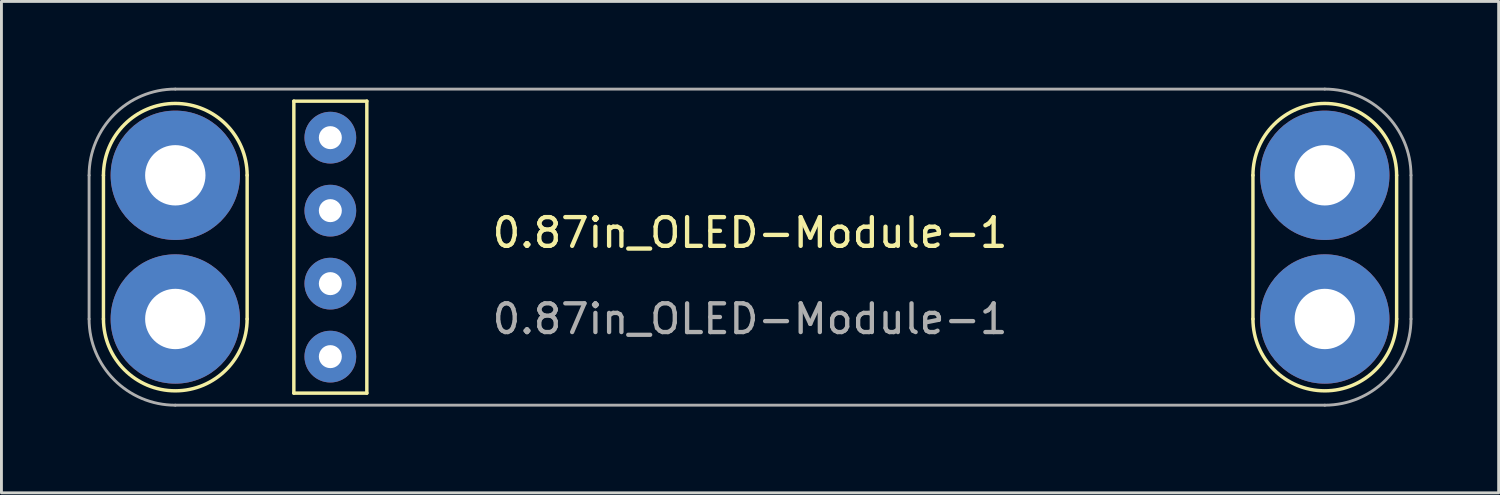
<source format=kicad_pcb>
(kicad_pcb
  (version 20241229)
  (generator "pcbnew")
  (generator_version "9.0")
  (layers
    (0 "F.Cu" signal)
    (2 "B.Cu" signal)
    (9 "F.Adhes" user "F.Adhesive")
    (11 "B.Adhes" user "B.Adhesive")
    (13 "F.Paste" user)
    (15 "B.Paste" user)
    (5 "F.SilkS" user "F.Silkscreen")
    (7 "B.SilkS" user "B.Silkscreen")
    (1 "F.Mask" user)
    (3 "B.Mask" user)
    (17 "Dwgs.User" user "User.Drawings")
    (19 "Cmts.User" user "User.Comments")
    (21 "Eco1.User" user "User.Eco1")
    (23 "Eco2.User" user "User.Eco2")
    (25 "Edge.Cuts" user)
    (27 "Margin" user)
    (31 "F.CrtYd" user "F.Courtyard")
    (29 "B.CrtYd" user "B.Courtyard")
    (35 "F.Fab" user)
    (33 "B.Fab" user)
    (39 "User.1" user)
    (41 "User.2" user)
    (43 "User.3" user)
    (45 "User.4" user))
  (footprint "0.87in_OLED-Module-1"
    (layer "F.Cu")
    (at 23.05 5.55)
    (property "Reference" "0.87in_OLED-Module-1" (at 0 -0.5 0) (unlocked yes) (layer "F.SilkS") (effects (font (size 1 1) (thickness 0.15))))
    (attr smd)
    (fp_line (start -22.5 -2.5) (end -22.5 2.5) (stroke (width 0.12) (type default)) (layer "F.SilkS"))
    (fp_line (start -17.5 -2.5) (end -17.5 2.5) (stroke (width 0.12) (type default)) (layer "F.SilkS"))
    (fp_line (start -15.875 -5.08) (end -13.335 -5.08) (stroke (width 0.12) (type default)) (layer "F.SilkS"))
    (fp_line (start -15.875 5.08) (end -15.875 -5.08) (stroke (width 0.12) (type default)) (layer "F.SilkS"))
    (fp_line (start -13.335 -5.08) (end -13.335 5.08) (stroke (width 0.12) (type default)) (layer "F.SilkS"))
    (fp_line (start -13.335 5.08) (end -15.875 5.08) (stroke (width 0.12) (type default)) (layer "F.SilkS"))
    (fp_line (start 17.5 -2.5) (end 17.5 2.5) (stroke (width 0.12) (type default)) (layer "F.SilkS"))
    (fp_line (start 22.5 -2.5) (end 22.5 2.5) (stroke (width 0.12) (type default)) (layer "F.SilkS"))
    (fp_arc (start -22.5 -2.5) (mid -20 -5) (end -17.5 -2.5) (stroke (width 0.12) (type default)) (layer "F.SilkS"))
    (fp_arc (start -17.5 2.5) (mid -20 5) (end -22.5 2.5) (stroke (width 0.12) (type default)) (layer "F.SilkS"))
    (fp_arc (start 17.5 -2.5) (mid 20 -5) (end 22.5 -2.5) (stroke (width 0.12) (type default)) (layer "F.SilkS"))
    (fp_arc (start 22.5 2.5) (mid 20 5) (end 17.5 2.5) (stroke (width 0.12) (type default)) (layer "F.SilkS"))
    (fp_line (start -23 2.5) (end -23 -2.5) (stroke (width 0.1) (type default)) (layer "F.Fab"))
    (fp_line (start -20 -5.5) (end 20 -5.5) (stroke (width 0.1) (type default)) (layer "F.Fab"))
    (fp_line (start 20 5.5) (end -20 5.5) (stroke (width 0.1) (type default)) (layer "F.Fab"))
    (fp_line (start 23 -2.5) (end 23 2.5) (stroke (width 0.1) (type default)) (layer "F.Fab"))
    (fp_arc (start -23 -2.5) (mid -22.12132 -4.62132) (end -20 -5.5) (stroke (width 0.1) (type default)) (layer "F.Fab"))
    (fp_arc (start -20 5.5) (mid -22.12132 4.62132) (end -23 2.5) (stroke (width 0.1) (type default)) (layer "F.Fab"))
    (fp_arc (start 20 -5.5) (mid 22.12132 -4.62132) (end 23 -2.5) (stroke (width 0.1) (type default)) (layer "F.Fab"))
    (fp_arc (start 23 2.5) (mid 22.12132 4.62132) (end 20 5.5) (stroke (width 0.1) (type default)) (layer "F.Fab"))
    (fp_text user "${REFERENCE}" (at 0 2.5 0) (unlocked yes) (layer "F.Fab") (effects (font (size 1 1) (thickness 0.15))))
    (pad "" np_thru_hole circle (at -20 -2.5) (size 4.5 4.5) (drill 2.1) (layers "*.Cu" "*.Mask"))
    (pad "" np_thru_hole circle (at -20 2.5) (size 4.5 4.5) (drill 2.1) (layers "*.Cu" "*.Mask"))
    (pad "" np_thru_hole circle (at 20 -2.5) (size 4.5 4.5) (drill 2.1) (layers "*.Cu" "*.Mask"))
    (pad "" np_thru_hole circle (at 20 2.5) (size 4.5 4.5) (drill 2.1) (layers "*.Cu" "*.Mask"))
    (pad "1" thru_hole circle (at -14.605 3.81 90) (size 1.8 1.8) (drill 0.8) (layers "*.Cu" "*.Mask"))
    (pad "2" thru_hole circle (at -14.605 1.27 90) (size 1.8 1.8) (drill 0.8) (layers "*.Cu" "*.Mask"))
    (pad "3" thru_hole circle (at -14.605 -1.27 90) (size 1.8 1.8) (drill 0.8) (layers "*.Cu" "*.Mask"))
    (pad "4" thru_hole circle (at -14.605 -3.81 90) (size 1.8 1.8) (drill 0.8) (layers "*.Cu" "*.Mask")))
  (gr_rect
    (start -3 -3)
    (end 49.1 14.1)
    (stroke (width 0.1) (type default))
    (fill no)
    (layer "Edge.Cuts")))
</source>
